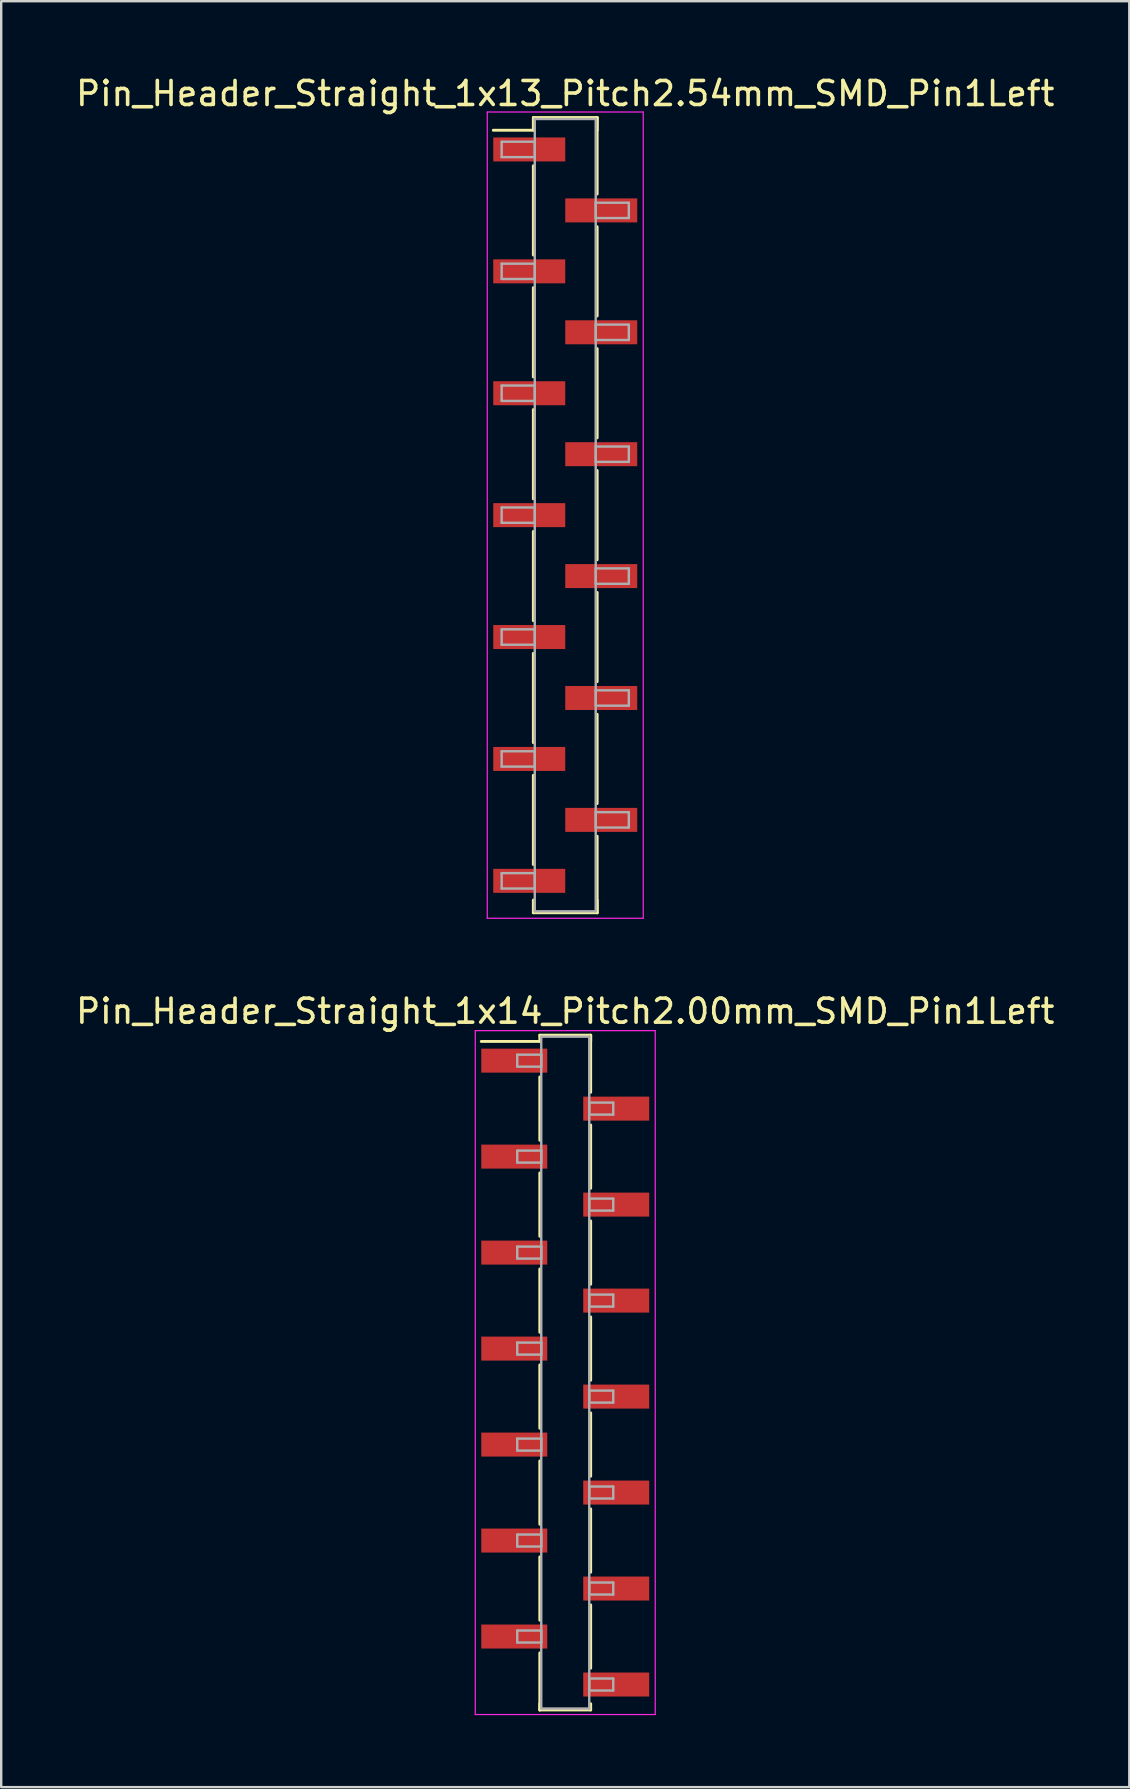
<source format=kicad_pcb>
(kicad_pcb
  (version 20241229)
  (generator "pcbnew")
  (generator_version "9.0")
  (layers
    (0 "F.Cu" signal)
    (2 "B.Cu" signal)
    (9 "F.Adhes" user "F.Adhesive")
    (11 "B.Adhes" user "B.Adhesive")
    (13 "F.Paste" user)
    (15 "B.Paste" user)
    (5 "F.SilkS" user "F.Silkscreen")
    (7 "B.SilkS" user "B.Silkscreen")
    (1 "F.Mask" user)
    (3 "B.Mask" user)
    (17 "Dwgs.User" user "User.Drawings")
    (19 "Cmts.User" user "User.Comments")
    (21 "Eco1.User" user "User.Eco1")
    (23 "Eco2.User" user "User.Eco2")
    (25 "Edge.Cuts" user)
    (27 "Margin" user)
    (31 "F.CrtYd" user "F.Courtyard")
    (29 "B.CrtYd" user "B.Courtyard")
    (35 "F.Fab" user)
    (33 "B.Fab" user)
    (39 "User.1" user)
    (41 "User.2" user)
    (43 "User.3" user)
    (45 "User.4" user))
  (footprint "Pin_Header_Straight_1x14_Pitch2.00mm_SMD_Pin1Left"
    (layer "F.Cu")
    (at 20.506 54.151)
    (property "Reference" "Pin_Header_Straight_1x14_Pitch2.00mm_SMD_Pin1Left" (at 0 -15.06 0) (layer "F.SilkS") (effects (font (size 1 1) (thickness 0.15))))
    (attr smd)
    (fp_line (start -1.06 -14.06) (end 1.06 -14.06) (stroke (width 0.12) (type solid)) (layer "F.SilkS"))
    (fp_line (start -1.06 -13.8) (end -3.5 -13.8) (stroke (width 0.12) (type solid)) (layer "F.SilkS"))
    (fp_line (start -1.06 -13.8) (end -1.06 -14.06) (stroke (width 0.12) (type solid)) (layer "F.SilkS"))
    (fp_line (start -1.06 -12.32) (end -1.06 -9.68) (stroke (width 0.12) (type solid)) (layer "F.SilkS"))
    (fp_line (start -1.06 -8.32) (end -1.06 -5.68) (stroke (width 0.12) (type solid)) (layer "F.SilkS"))
    (fp_line (start -1.06 -4.32) (end -1.06 -1.68) (stroke (width 0.12) (type solid)) (layer "F.SilkS"))
    (fp_line (start -1.06 -0.32) (end -1.06 2.32) (stroke (width 0.12) (type solid)) (layer "F.SilkS"))
    (fp_line (start -1.06 3.68) (end -1.06 6.32) (stroke (width 0.12) (type solid)) (layer "F.SilkS"))
    (fp_line (start -1.06 7.68) (end -1.06 10.32) (stroke (width 0.12) (type solid)) (layer "F.SilkS"))
    (fp_line (start -1.06 11.68) (end -1.06 14.06) (stroke (width 0.12) (type solid)) (layer "F.SilkS"))
    (fp_line (start -1.06 13.8) (end -1.06 14.06) (stroke (width 0.12) (type solid)) (layer "F.SilkS"))
    (fp_line (start -1.06 14.06) (end 1.06 14.06) (stroke (width 0.12) (type solid)) (layer "F.SilkS"))
    (fp_line (start 1.06 -14.06) (end 1.06 -13.8) (stroke (width 0.12) (type solid)) (layer "F.SilkS"))
    (fp_line (start 1.06 -14.06) (end 1.06 -11.68) (stroke (width 0.12) (type solid)) (layer "F.SilkS"))
    (fp_line (start 1.06 -10.32) (end 1.06 -7.68) (stroke (width 0.12) (type solid)) (layer "F.SilkS"))
    (fp_line (start 1.06 -6.32) (end 1.06 -3.68) (stroke (width 0.12) (type solid)) (layer "F.SilkS"))
    (fp_line (start 1.06 -2.32) (end 1.06 0.32) (stroke (width 0.12) (type solid)) (layer "F.SilkS"))
    (fp_line (start 1.06 1.68) (end 1.06 4.32) (stroke (width 0.12) (type solid)) (layer "F.SilkS"))
    (fp_line (start 1.06 5.68) (end 1.06 8.32) (stroke (width 0.12) (type solid)) (layer "F.SilkS"))
    (fp_line (start 1.06 9.68) (end 1.06 12.32) (stroke (width 0.12) (type solid)) (layer "F.SilkS"))
    (fp_line (start 1.06 14.06) (end 1.06 13.8) (stroke (width 0.12) (type solid)) (layer "F.SilkS"))
    (fp_line (start -3.75 -14.25) (end -3.75 14.25) (stroke (width 0.05) (type solid)) (layer "F.CrtYd"))
    (fp_line (start -3.75 14.25) (end 3.75 14.25) (stroke (width 0.05) (type solid)) (layer "F.CrtYd"))
    (fp_line (start 3.75 -14.25) (end -3.75 -14.25) (stroke (width 0.05) (type solid)) (layer "F.CrtYd"))
    (fp_line (start 3.75 14.25) (end 3.75 -14.25) (stroke (width 0.05) (type solid)) (layer "F.CrtYd"))
    (fp_line (start -2 -13.25) (end -1 -13.25) (stroke (width 0.1) (type solid)) (layer "F.Fab"))
    (fp_line (start -2 -12.75) (end -2 -13.25) (stroke (width 0.1) (type solid)) (layer "F.Fab"))
    (fp_line (start -2 -9.25) (end -1 -9.25) (stroke (width 0.1) (type solid)) (layer "F.Fab"))
    (fp_line (start -2 -8.75) (end -2 -9.25) (stroke (width 0.1) (type solid)) (layer "F.Fab"))
    (fp_line (start -2 -5.25) (end -1 -5.25) (stroke (width 0.1) (type solid)) (layer "F.Fab"))
    (fp_line (start -2 -4.75) (end -2 -5.25) (stroke (width 0.1) (type solid)) (layer "F.Fab"))
    (fp_line (start -2 -1.25) (end -1 -1.25) (stroke (width 0.1) (type solid)) (layer "F.Fab"))
    (fp_line (start -2 -0.75) (end -2 -1.25) (stroke (width 0.1) (type solid)) (layer "F.Fab"))
    (fp_line (start -2 2.75) (end -1 2.75) (stroke (width 0.1) (type solid)) (layer "F.Fab"))
    (fp_line (start -2 3.25) (end -2 2.75) (stroke (width 0.1) (type solid)) (layer "F.Fab"))
    (fp_line (start -2 6.75) (end -1 6.75) (stroke (width 0.1) (type solid)) (layer "F.Fab"))
    (fp_line (start -2 7.25) (end -2 6.75) (stroke (width 0.1) (type solid)) (layer "F.Fab"))
    (fp_line (start -2 10.75) (end -1 10.75) (stroke (width 0.1) (type solid)) (layer "F.Fab"))
    (fp_line (start -2 11.25) (end -2 10.75) (stroke (width 0.1) (type solid)) (layer "F.Fab"))
    (fp_line (start -1 -14) (end -1 14) (stroke (width 0.1) (type solid)) (layer "F.Fab"))
    (fp_line (start -1 -13.25) (end -1 -12.75) (stroke (width 0.1) (type solid)) (layer "F.Fab"))
    (fp_line (start -1 -12.75) (end -2 -12.75) (stroke (width 0.1) (type solid)) (layer "F.Fab"))
    (fp_line (start -1 -9.25) (end -1 -8.75) (stroke (width 0.1) (type solid)) (layer "F.Fab"))
    (fp_line (start -1 -8.75) (end -2 -8.75) (stroke (width 0.1) (type solid)) (layer "F.Fab"))
    (fp_line (start -1 -5.25) (end -1 -4.75) (stroke (width 0.1) (type solid)) (layer "F.Fab"))
    (fp_line (start -1 -4.75) (end -2 -4.75) (stroke (width 0.1) (type solid)) (layer "F.Fab"))
    (fp_line (start -1 -1.25) (end -1 -0.75) (stroke (width 0.1) (type solid)) (layer "F.Fab"))
    (fp_line (start -1 -0.75) (end -2 -0.75) (stroke (width 0.1) (type solid)) (layer "F.Fab"))
    (fp_line (start -1 2.75) (end -1 3.25) (stroke (width 0.1) (type solid)) (layer "F.Fab"))
    (fp_line (start -1 3.25) (end -2 3.25) (stroke (width 0.1) (type solid)) (layer "F.Fab"))
    (fp_line (start -1 6.75) (end -1 7.25) (stroke (width 0.1) (type solid)) (layer "F.Fab"))
    (fp_line (start -1 7.25) (end -2 7.25) (stroke (width 0.1) (type solid)) (layer "F.Fab"))
    (fp_line (start -1 10.75) (end -1 11.25) (stroke (width 0.1) (type solid)) (layer "F.Fab"))
    (fp_line (start -1 11.25) (end -2 11.25) (stroke (width 0.1) (type solid)) (layer "F.Fab"))
    (fp_line (start -1 14) (end 1 14) (stroke (width 0.1) (type solid)) (layer "F.Fab"))
    (fp_line (start 1 -14) (end -1 -14) (stroke (width 0.1) (type solid)) (layer "F.Fab"))
    (fp_line (start 1 -11.25) (end 1 -10.75) (stroke (width 0.1) (type solid)) (layer "F.Fab"))
    (fp_line (start 1 -10.75) (end 2 -10.75) (stroke (width 0.1) (type solid)) (layer "F.Fab"))
    (fp_line (start 1 -7.25) (end 1 -6.75) (stroke (width 0.1) (type solid)) (layer "F.Fab"))
    (fp_line (start 1 -6.75) (end 2 -6.75) (stroke (width 0.1) (type solid)) (layer "F.Fab"))
    (fp_line (start 1 -3.25) (end 1 -2.75) (stroke (width 0.1) (type solid)) (layer "F.Fab"))
    (fp_line (start 1 -2.75) (end 2 -2.75) (stroke (width 0.1) (type solid)) (layer "F.Fab"))
    (fp_line (start 1 0.75) (end 1 1.25) (stroke (width 0.1) (type solid)) (layer "F.Fab"))
    (fp_line (start 1 1.25) (end 2 1.25) (stroke (width 0.1) (type solid)) (layer "F.Fab"))
    (fp_line (start 1 4.75) (end 1 5.25) (stroke (width 0.1) (type solid)) (layer "F.Fab"))
    (fp_line (start 1 5.25) (end 2 5.25) (stroke (width 0.1) (type solid)) (layer "F.Fab"))
    (fp_line (start 1 8.75) (end 1 9.25) (stroke (width 0.1) (type solid)) (layer "F.Fab"))
    (fp_line (start 1 9.25) (end 2 9.25) (stroke (width 0.1) (type solid)) (layer "F.Fab"))
    (fp_line (start 1 12.75) (end 1 13.25) (stroke (width 0.1) (type solid)) (layer "F.Fab"))
    (fp_line (start 1 13.25) (end 2 13.25) (stroke (width 0.1) (type solid)) (layer "F.Fab"))
    (fp_line (start 1 14) (end 1 -14) (stroke (width 0.1) (type solid)) (layer "F.Fab"))
    (fp_line (start 2 -11.25) (end 1 -11.25) (stroke (width 0.1) (type solid)) (layer "F.Fab"))
    (fp_line (start 2 -10.75) (end 2 -11.25) (stroke (width 0.1) (type solid)) (layer "F.Fab"))
    (fp_line (start 2 -7.25) (end 1 -7.25) (stroke (width 0.1) (type solid)) (layer "F.Fab"))
    (fp_line (start 2 -6.75) (end 2 -7.25) (stroke (width 0.1) (type solid)) (layer "F.Fab"))
    (fp_line (start 2 -3.25) (end 1 -3.25) (stroke (width 0.1) (type solid)) (layer "F.Fab"))
    (fp_line (start 2 -2.75) (end 2 -3.25) (stroke (width 0.1) (type solid)) (layer "F.Fab"))
    (fp_line (start 2 0.75) (end 1 0.75) (stroke (width 0.1) (type solid)) (layer "F.Fab"))
    (fp_line (start 2 1.25) (end 2 0.75) (stroke (width 0.1) (type solid)) (layer "F.Fab"))
    (fp_line (start 2 4.75) (end 1 4.75) (stroke (width 0.1) (type solid)) (layer "F.Fab"))
    (fp_line (start 2 5.25) (end 2 4.75) (stroke (width 0.1) (type solid)) (layer "F.Fab"))
    (fp_line (start 2 8.75) (end 1 8.75) (stroke (width 0.1) (type solid)) (layer "F.Fab"))
    (fp_line (start 2 9.25) (end 2 8.75) (stroke (width 0.1) (type solid)) (layer "F.Fab"))
    (fp_line (start 2 12.75) (end 1 12.75) (stroke (width 0.1) (type solid)) (layer "F.Fab"))
    (fp_line (start 2 13.25) (end 2 12.75) (stroke (width 0.1) (type solid)) (layer "F.Fab"))
    (pad "1" smd rect (at -2.125 -13) (size 2.75 1) (layers "F.Cu" "F.Mask"))
    (pad "2" smd rect (at 2.125 -11) (size 2.75 1) (layers "F.Cu" "F.Mask"))
    (pad "3" smd rect (at -2.125 -9) (size 2.75 1) (layers "F.Cu" "F.Mask"))
    (pad "4" smd rect (at 2.125 -7) (size 2.75 1) (layers "F.Cu" "F.Mask"))
    (pad "5" smd rect (at -2.125 -5) (size 2.75 1) (layers "F.Cu" "F.Mask"))
    (pad "6" smd rect (at 2.125 -3) (size 2.75 1) (layers "F.Cu" "F.Mask"))
    (pad "7" smd rect (at -2.125 -1) (size 2.75 1) (layers "F.Cu" "F.Mask"))
    (pad "8" smd rect (at 2.125 1) (size 2.75 1) (layers "F.Cu" "F.Mask"))
    (pad "9" smd rect (at -2.125 3) (size 2.75 1) (layers "F.Cu" "F.Mask"))
    (pad "10" smd rect (at 2.125 5) (size 2.75 1) (layers "F.Cu" "F.Mask"))
    (pad "11" smd rect (at -2.125 7) (size 2.75 1) (layers "F.Cu" "F.Mask"))
    (pad "12" smd rect (at 2.125 9) (size 2.75 1) (layers "F.Cu" "F.Mask"))
    (pad "13" smd rect (at -2.125 11) (size 2.75 1) (layers "F.Cu" "F.Mask"))
    (pad "14" smd rect (at 2.125 13) (size 2.75 1) (layers "F.Cu" "F.Mask")))
  (footprint "Pin_Header_Straight_1x13_Pitch2.54mm_SMD_Pin1Left"
    (layer "F.Cu")
    (at 20.506 18.418)
    (property "Reference" "Pin_Header_Straight_1x13_Pitch2.54mm_SMD_Pin1Left" (at 0 -17.57 0) (layer "F.SilkS") (effects (font (size 1 1) (thickness 0.15))))
    (attr smd)
    (fp_line (start -1.33 -16.57) (end 1.33 -16.57) (stroke (width 0.12) (type solid)) (layer "F.SilkS"))
    (fp_line (start -1.33 -16.04) (end -3 -16.04) (stroke (width 0.12) (type solid)) (layer "F.SilkS"))
    (fp_line (start -1.33 -16.04) (end -1.33 -16.57) (stroke (width 0.12) (type solid)) (layer "F.SilkS"))
    (fp_line (start -1.33 -14.56) (end -1.33 -10.84) (stroke (width 0.12) (type solid)) (layer "F.SilkS"))
    (fp_line (start -1.33 -9.48) (end -1.33 -5.76) (stroke (width 0.12) (type solid)) (layer "F.SilkS"))
    (fp_line (start -1.33 -4.4) (end -1.33 -0.68) (stroke (width 0.12) (type solid)) (layer "F.SilkS"))
    (fp_line (start -1.33 0.68) (end -1.33 4.4) (stroke (width 0.12) (type solid)) (layer "F.SilkS"))
    (fp_line (start -1.33 5.76) (end -1.33 9.48) (stroke (width 0.12) (type solid)) (layer "F.SilkS"))
    (fp_line (start -1.33 10.84) (end -1.33 14.56) (stroke (width 0.12) (type solid)) (layer "F.SilkS"))
    (fp_line (start -1.33 16.04) (end -1.33 16.57) (stroke (width 0.12) (type solid)) (layer "F.SilkS"))
    (fp_line (start -1.33 16.57) (end 1.33 16.57) (stroke (width 0.12) (type solid)) (layer "F.SilkS"))
    (fp_line (start 1.33 -16.57) (end 1.33 -16.04) (stroke (width 0.12) (type solid)) (layer "F.SilkS"))
    (fp_line (start 1.33 -16.57) (end 1.33 -13.38) (stroke (width 0.12) (type solid)) (layer "F.SilkS"))
    (fp_line (start 1.33 -12.02) (end 1.33 -8.3) (stroke (width 0.12) (type solid)) (layer "F.SilkS"))
    (fp_line (start 1.33 -6.94) (end 1.33 -3.22) (stroke (width 0.12) (type solid)) (layer "F.SilkS"))
    (fp_line (start 1.33 -1.86) (end 1.33 1.86) (stroke (width 0.12) (type solid)) (layer "F.SilkS"))
    (fp_line (start 1.33 3.22) (end 1.33 6.94) (stroke (width 0.12) (type solid)) (layer "F.SilkS"))
    (fp_line (start 1.33 8.3) (end 1.33 12.02) (stroke (width 0.12) (type solid)) (layer "F.SilkS"))
    (fp_line (start 1.33 13.38) (end 1.33 16.57) (stroke (width 0.12) (type solid)) (layer "F.SilkS"))
    (fp_line (start 1.33 16.57) (end 1.33 16.04) (stroke (width 0.12) (type solid)) (layer "F.SilkS"))
    (fp_line (start -3.25 -16.8) (end -3.25 16.8) (stroke (width 0.05) (type solid)) (layer "F.CrtYd"))
    (fp_line (start -3.25 16.8) (end 3.25 16.8) (stroke (width 0.05) (type solid)) (layer "F.CrtYd"))
    (fp_line (start 3.25 -16.8) (end -3.25 -16.8) (stroke (width 0.05) (type solid)) (layer "F.CrtYd"))
    (fp_line (start 3.25 16.8) (end 3.25 -16.8) (stroke (width 0.05) (type solid)) (layer "F.CrtYd"))
    (fp_line (start -2.65 -15.56) (end -1.27 -15.56) (stroke (width 0.1) (type solid)) (layer "F.Fab"))
    (fp_line (start -2.65 -14.92) (end -2.65 -15.56) (stroke (width 0.1) (type solid)) (layer "F.Fab"))
    (fp_line (start -2.65 -10.48) (end -1.27 -10.48) (stroke (width 0.1) (type solid)) (layer "F.Fab"))
    (fp_line (start -2.65 -9.84) (end -2.65 -10.48) (stroke (width 0.1) (type solid)) (layer "F.Fab"))
    (fp_line (start -2.65 -5.4) (end -1.27 -5.4) (stroke (width 0.1) (type solid)) (layer "F.Fab"))
    (fp_line (start -2.65 -4.76) (end -2.65 -5.4) (stroke (width 0.1) (type solid)) (layer "F.Fab"))
    (fp_line (start -2.65 -0.32) (end -1.27 -0.32) (stroke (width 0.1) (type solid)) (layer "F.Fab"))
    (fp_line (start -2.65 0.32) (end -2.65 -0.32) (stroke (width 0.1) (type solid)) (layer "F.Fab"))
    (fp_line (start -2.65 4.76) (end -1.27 4.76) (stroke (width 0.1) (type solid)) (layer "F.Fab"))
    (fp_line (start -2.65 5.4) (end -2.65 4.76) (stroke (width 0.1) (type solid)) (layer "F.Fab"))
    (fp_line (start -2.65 9.84) (end -1.27 9.84) (stroke (width 0.1) (type solid)) (layer "F.Fab"))
    (fp_line (start -2.65 10.48) (end -2.65 9.84) (stroke (width 0.1) (type solid)) (layer "F.Fab"))
    (fp_line (start -2.65 14.92) (end -1.27 14.92) (stroke (width 0.1) (type solid)) (layer "F.Fab"))
    (fp_line (start -2.65 15.56) (end -2.65 14.92) (stroke (width 0.1) (type solid)) (layer "F.Fab"))
    (fp_line (start -1.27 -16.51) (end -1.27 16.51) (stroke (width 0.1) (type solid)) (layer "F.Fab"))
    (fp_line (start -1.27 -15.56) (end -1.27 -14.92) (stroke (width 0.1) (type solid)) (layer "F.Fab"))
    (fp_line (start -1.27 -14.92) (end -2.65 -14.92) (stroke (width 0.1) (type solid)) (layer "F.Fab"))
    (fp_line (start -1.27 -10.48) (end -1.27 -9.84) (stroke (width 0.1) (type solid)) (layer "F.Fab"))
    (fp_line (start -1.27 -9.84) (end -2.65 -9.84) (stroke (width 0.1) (type solid)) (layer "F.Fab"))
    (fp_line (start -1.27 -5.4) (end -1.27 -4.76) (stroke (width 0.1) (type solid)) (layer "F.Fab"))
    (fp_line (start -1.27 -4.76) (end -2.65 -4.76) (stroke (width 0.1) (type solid)) (layer "F.Fab"))
    (fp_line (start -1.27 -0.32) (end -1.27 0.32) (stroke (width 0.1) (type solid)) (layer "F.Fab"))
    (fp_line (start -1.27 0.32) (end -2.65 0.32) (stroke (width 0.1) (type solid)) (layer "F.Fab"))
    (fp_line (start -1.27 4.76) (end -1.27 5.4) (stroke (width 0.1) (type solid)) (layer "F.Fab"))
    (fp_line (start -1.27 5.4) (end -2.65 5.4) (stroke (width 0.1) (type solid)) (layer "F.Fab"))
    (fp_line (start -1.27 9.84) (end -1.27 10.48) (stroke (width 0.1) (type solid)) (layer "F.Fab"))
    (fp_line (start -1.27 10.48) (end -2.65 10.48) (stroke (width 0.1) (type solid)) (layer "F.Fab"))
    (fp_line (start -1.27 14.92) (end -1.27 15.56) (stroke (width 0.1) (type solid)) (layer "F.Fab"))
    (fp_line (start -1.27 15.56) (end -2.65 15.56) (stroke (width 0.1) (type solid)) (layer "F.Fab"))
    (fp_line (start -1.27 16.51) (end 1.27 16.51) (stroke (width 0.1) (type solid)) (layer "F.Fab"))
    (fp_line (start 1.27 -16.51) (end -1.27 -16.51) (stroke (width 0.1) (type solid)) (layer "F.Fab"))
    (fp_line (start 1.27 -13.02) (end 1.27 -12.38) (stroke (width 0.1) (type solid)) (layer "F.Fab"))
    (fp_line (start 1.27 -12.38) (end 2.65 -12.38) (stroke (width 0.1) (type solid)) (layer "F.Fab"))
    (fp_line (start 1.27 -7.94) (end 1.27 -7.3) (stroke (width 0.1) (type solid)) (layer "F.Fab"))
    (fp_line (start 1.27 -7.3) (end 2.65 -7.3) (stroke (width 0.1) (type solid)) (layer "F.Fab"))
    (fp_line (start 1.27 -2.86) (end 1.27 -2.22) (stroke (width 0.1) (type solid)) (layer "F.Fab"))
    (fp_line (start 1.27 -2.22) (end 2.65 -2.22) (stroke (width 0.1) (type solid)) (layer "F.Fab"))
    (fp_line (start 1.27 2.22) (end 1.27 2.86) (stroke (width 0.1) (type solid)) (layer "F.Fab"))
    (fp_line (start 1.27 2.86) (end 2.65 2.86) (stroke (width 0.1) (type solid)) (layer "F.Fab"))
    (fp_line (start 1.27 7.3) (end 1.27 7.94) (stroke (width 0.1) (type solid)) (layer "F.Fab"))
    (fp_line (start 1.27 7.94) (end 2.65 7.94) (stroke (width 0.1) (type solid)) (layer "F.Fab"))
    (fp_line (start 1.27 12.38) (end 1.27 13.02) (stroke (width 0.1) (type solid)) (layer "F.Fab"))
    (fp_line (start 1.27 13.02) (end 2.65 13.02) (stroke (width 0.1) (type solid)) (layer "F.Fab"))
    (fp_line (start 1.27 16.51) (end 1.27 -16.51) (stroke (width 0.1) (type solid)) (layer "F.Fab"))
    (fp_line (start 2.65 -13.02) (end 1.27 -13.02) (stroke (width 0.1) (type solid)) (layer "F.Fab"))
    (fp_line (start 2.65 -12.38) (end 2.65 -13.02) (stroke (width 0.1) (type solid)) (layer "F.Fab"))
    (fp_line (start 2.65 -7.94) (end 1.27 -7.94) (stroke (width 0.1) (type solid)) (layer "F.Fab"))
    (fp_line (start 2.65 -7.3) (end 2.65 -7.94) (stroke (width 0.1) (type solid)) (layer "F.Fab"))
    (fp_line (start 2.65 -2.86) (end 1.27 -2.86) (stroke (width 0.1) (type solid)) (layer "F.Fab"))
    (fp_line (start 2.65 -2.22) (end 2.65 -2.86) (stroke (width 0.1) (type solid)) (layer "F.Fab"))
    (fp_line (start 2.65 2.22) (end 1.27 2.22) (stroke (width 0.1) (type solid)) (layer "F.Fab"))
    (fp_line (start 2.65 2.86) (end 2.65 2.22) (stroke (width 0.1) (type solid)) (layer "F.Fab"))
    (fp_line (start 2.65 7.3) (end 1.27 7.3) (stroke (width 0.1) (type solid)) (layer "F.Fab"))
    (fp_line (start 2.65 7.94) (end 2.65 7.3) (stroke (width 0.1) (type solid)) (layer "F.Fab"))
    (fp_line (start 2.65 12.38) (end 1.27 12.38) (stroke (width 0.1) (type solid)) (layer "F.Fab"))
    (fp_line (start 2.65 13.02) (end 2.65 12.38) (stroke (width 0.1) (type solid)) (layer "F.Fab"))
    (pad "1" smd rect (at -1.5 -15.24) (size 3 1) (layers "F.Cu" "F.Mask"))
    (pad "2" smd rect (at 1.5 -12.7) (size 3 1) (layers "F.Cu" "F.Mask"))
    (pad "3" smd rect (at -1.5 -10.16) (size 3 1) (layers "F.Cu" "F.Mask"))
    (pad "4" smd rect (at 1.5 -7.62) (size 3 1) (layers "F.Cu" "F.Mask"))
    (pad "5" smd rect (at -1.5 -5.08) (size 3 1) (layers "F.Cu" "F.Mask"))
    (pad "6" smd rect (at 1.5 -2.54) (size 3 1) (layers "F.Cu" "F.Mask"))
    (pad "7" smd rect (at -1.5 0) (size 3 1) (layers "F.Cu" "F.Mask"))
    (pad "8" smd rect (at 1.5 2.54) (size 3 1) (layers "F.Cu" "F.Mask"))
    (pad "9" smd rect (at -1.5 5.08) (size 3 1) (layers "F.Cu" "F.Mask"))
    (pad "10" smd rect (at 1.5 7.62) (size 3 1) (layers "F.Cu" "F.Mask"))
    (pad "11" smd rect (at -1.5 10.16) (size 3 1) (layers "F.Cu" "F.Mask"))
    (pad "12" smd rect (at 1.5 12.7) (size 3 1) (layers "F.Cu" "F.Mask"))
    (pad "13" smd rect (at -1.5 15.24) (size 3 1) (layers "F.Cu" "F.Mask")))
  (gr_rect
    (start -3 -3)
    (end 44.012 71.427)
    (stroke (width 0.1) (type default))
    (fill no)
    (layer "Edge.Cuts")))
</source>
